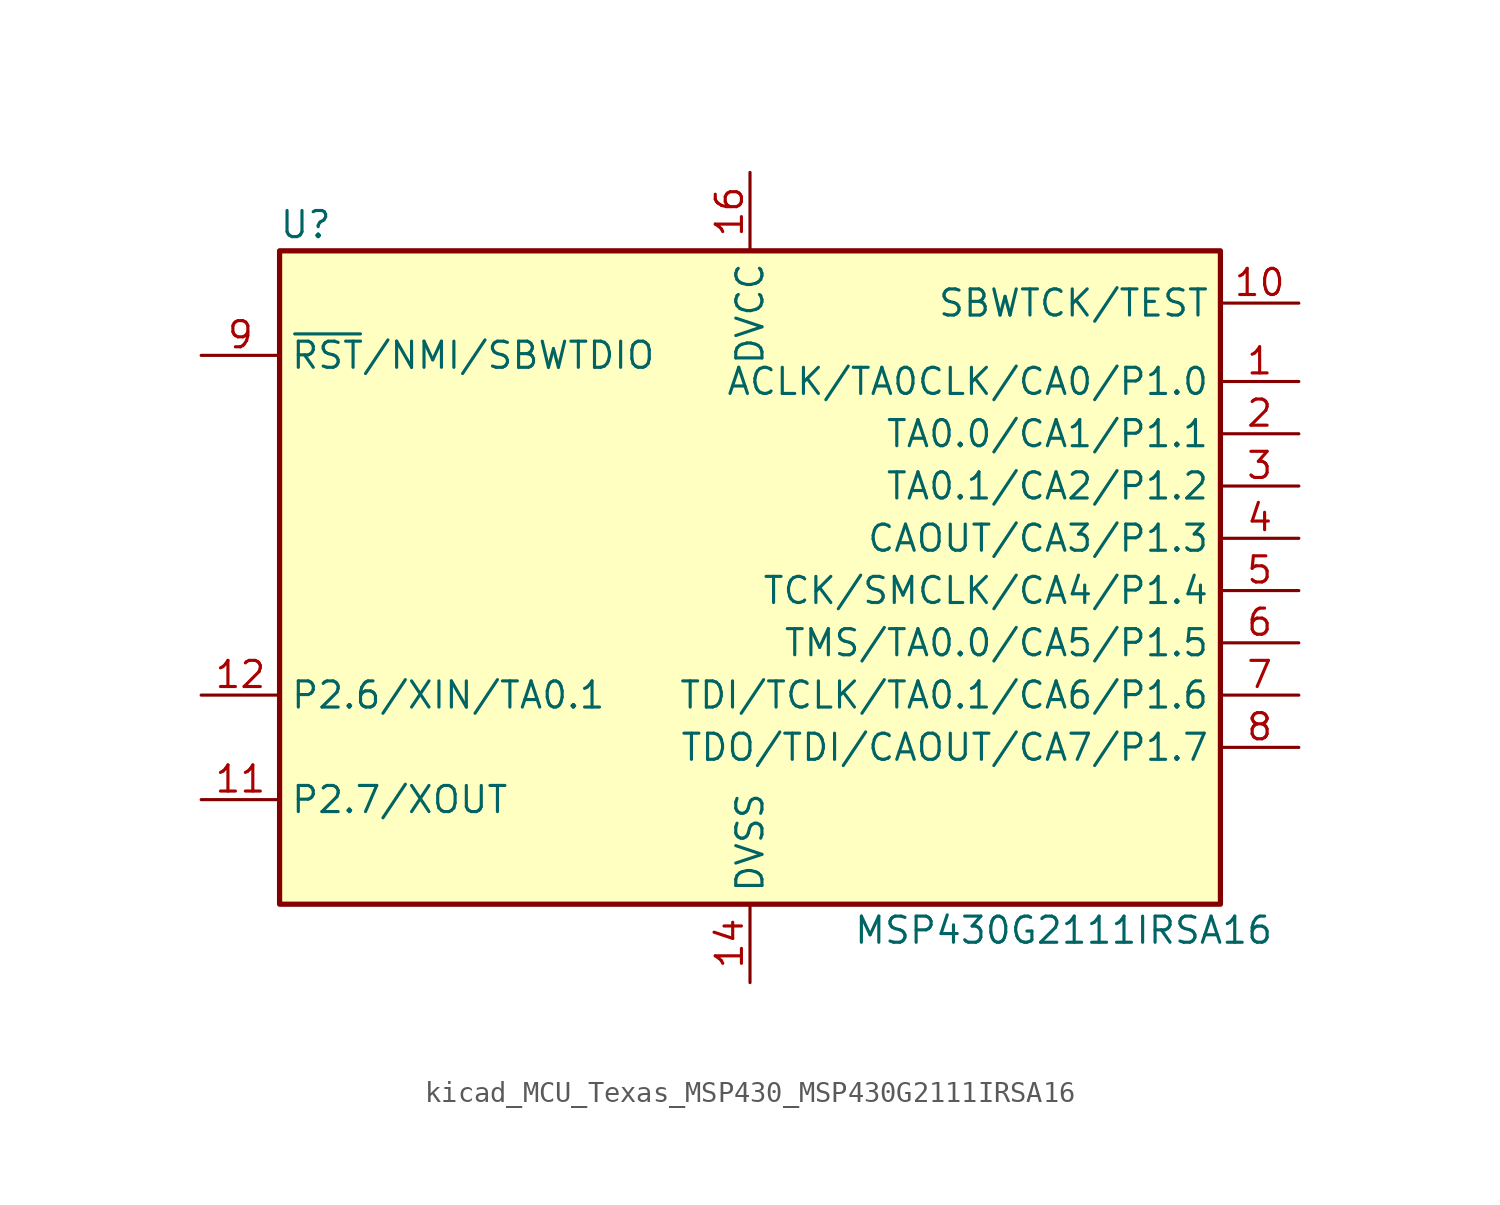
<source format=kicad_sym>
(kicad_symbol_lib
  (version 20220914)
  (generator kicad_symbol_editor)
  (symbol "kicad_MCU_Texas_MSP430_MSP430G2111IRSA16"
    (property "Reference" "U"
      (at -21.59 17.78 0)
      (effects (font (size 1.27 1.27))))
    (property "Value" "MSP430G2111IRSA16"
      (at 15.24 -16.51 0)
      (effects (font (size 1.27 1.27))))
    (symbol "kicad_MCU_Texas_MSP430_MSP430G2111IRSA16_0_1"
      (rectangle (start -22.86 16.51) (end 22.86 -15.24) (stroke (width 0.254) (type default)) (fill (type background))))
    (symbol "kicad_MCU_Texas_MSP430_MSP430G2111IRSA16_1_1"
      (pin bidirectional line (at 26.67 10.16 180) (length 3.81) (name "ACLK/TA0CLK/CA0/P1.0" (effects (font (size 1.27 1.27)))) (number "1" (effects (font (size 1.27 1.27)))))
      (pin input line (at 26.67 13.97 180) (length 3.81) (name "SBWTCK/TEST" (effects (font (size 1.27 1.27)))) (number "10" (effects (font (size 1.27 1.27)))))
      (pin bidirectional line (at -26.67 -10.16 0) (length 3.81) (name "P2.7/XOUT" (effects (font (size 1.27 1.27)))) (number "11" (effects (font (size 1.27 1.27)))))
      (pin bidirectional line (at -26.67 -5.08 0) (length 3.81) (name "P2.6/XIN/TA0.1" (effects (font (size 1.27 1.27)))) (number "12" (effects (font (size 1.27 1.27)))))
      (pin power_in line (at 0 -19.05 90) (length 3.81) (name "DVSS" (effects (font (size 1.27 1.27)))) (number "14" (effects (font (size 1.27 1.27)))))
      (pin power_in line (at 0 20.32 270) (length 3.81) (name "DVCC" (effects (font (size 1.27 1.27)))) (number "16" (effects (font (size 1.27 1.27)))))
      (pin bidirectional line (at 26.67 7.62 180) (length 3.81) (name "TA0.0/CA1/P1.1" (effects (font (size 1.27 1.27)))) (number "2" (effects (font (size 1.27 1.27)))))
      (pin bidirectional line (at 26.67 5.08 180) (length 3.81) (name "TA0.1/CA2/P1.2" (effects (font (size 1.27 1.27)))) (number "3" (effects (font (size 1.27 1.27)))))
      (pin bidirectional line (at 26.67 2.54 180) (length 3.81) (name "CAOUT/CA3/P1.3" (effects (font (size 1.27 1.27)))) (number "4" (effects (font (size 1.27 1.27)))))
      (pin bidirectional line (at 26.67 0 180) (length 3.81) (name "TCK/SMCLK/CA4/P1.4" (effects (font (size 1.27 1.27)))) (number "5" (effects (font (size 1.27 1.27)))))
      (pin bidirectional line (at 26.67 -2.54 180) (length 3.81) (name "TMS/TA0.0/CA5/P1.5" (effects (font (size 1.27 1.27)))) (number "6" (effects (font (size 1.27 1.27)))))
      (pin bidirectional line (at 26.67 -5.08 180) (length 3.81) (name "TDI/TCLK/TA0.1/CA6/P1.6" (effects (font (size 1.27 1.27)))) (number "7" (effects (font (size 1.27 1.27)))))
      (pin bidirectional line (at 26.67 -7.62 180) (length 3.81) (name "TDO/TDI/CAOUT/CA7/P1.7" (effects (font (size 1.27 1.27)))) (number "8" (effects (font (size 1.27 1.27)))))
      (pin input line (at -26.67 11.43 0) (length 3.81) (name "~{RST}/NMI/SBWTDIO" (effects (font (size 1.27 1.27)))) (number "9" (effects (font (size 1.27 1.27))))))))
</source>
